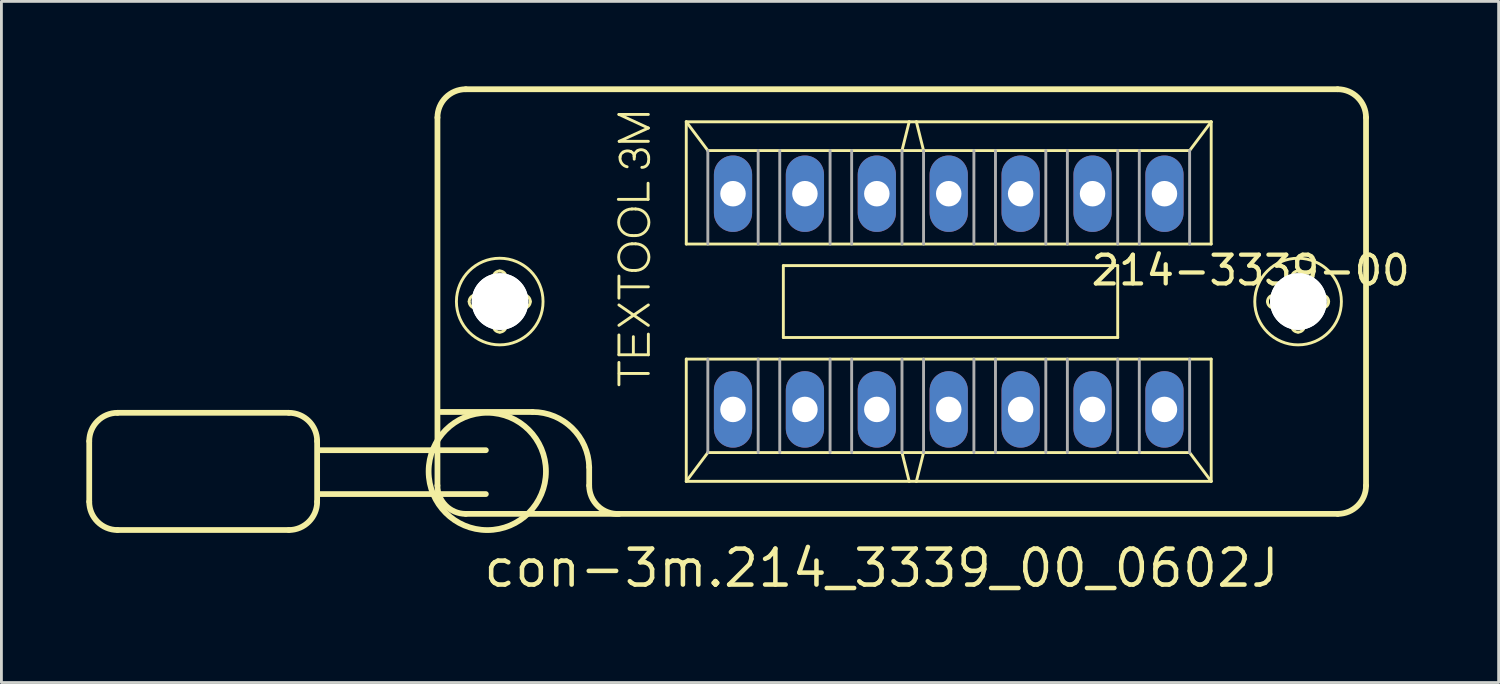
<source format=kicad_pcb>
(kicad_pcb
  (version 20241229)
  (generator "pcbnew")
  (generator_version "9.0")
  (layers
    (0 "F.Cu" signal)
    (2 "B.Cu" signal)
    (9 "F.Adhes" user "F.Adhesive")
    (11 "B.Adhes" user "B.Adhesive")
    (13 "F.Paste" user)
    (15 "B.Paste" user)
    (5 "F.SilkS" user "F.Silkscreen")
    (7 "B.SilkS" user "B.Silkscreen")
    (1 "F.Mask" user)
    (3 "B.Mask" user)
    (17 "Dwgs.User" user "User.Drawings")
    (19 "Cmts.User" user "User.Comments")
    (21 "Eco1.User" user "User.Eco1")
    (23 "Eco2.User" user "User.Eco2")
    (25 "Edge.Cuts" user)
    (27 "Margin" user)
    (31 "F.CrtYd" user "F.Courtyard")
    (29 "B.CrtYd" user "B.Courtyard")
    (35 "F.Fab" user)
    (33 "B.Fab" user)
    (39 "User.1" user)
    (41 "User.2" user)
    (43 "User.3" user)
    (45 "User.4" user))
  (footprint "con-3m.214_3339_00_0602J"
    (layer "F.Cu")
    (at 30.462 7.602)
    (property "Reference" "con-3m.214_3339_00_0602J" (at -16.51 10.16 0) (layer "F.SilkS") (effects (font (size 1.27 1.27) (thickness 0.16)) (justify left bottom)))
    (attr through_hole)
    (fp_line (start -30.36 4.93) (end -30.36 7.07) (stroke (width 0.203) (type default)) (layer "F.SilkS"))
    (fp_line (start -29.36 3.93) (end -23.31 3.93) (stroke (width 0.203) (type default)) (layer "F.SilkS"))
    (fp_line (start -23.31 8.07) (end -29.36 8.07) (stroke (width 0.203) (type default)) (layer "F.SilkS"))
    (fp_line (start -22.31 4.93) (end -22.31 7.07) (stroke (width 0.203) (type default)) (layer "F.SilkS"))
    (fp_line (start -18.06 6.5) (end -18.06 -6.5) (stroke (width 0.203) (type default)) (layer "F.SilkS"))
    (fp_line (start -17.95 3.9) (end -14.7 3.9) (stroke (width 0.203) (type default)) (layer "F.SilkS"))
    (fp_line (start -17.06 -7.5) (end 13.74 -7.5) (stroke (width 0.203) (type default)) (layer "F.SilkS"))
    (fp_line (start -16.71 -0.23) (end -16.16 -0.23) (stroke (width 0.102) (type default)) (layer "F.SilkS"))
    (fp_line (start -16.35 5.25) (end -22.26 5.25) (stroke (width 0.203) (type default)) (layer "F.SilkS"))
    (fp_line (start -16.35 6.8) (end -22.26 6.8) (stroke (width 0.203) (type default)) (layer "F.SilkS"))
    (fp_line (start -16.17 0.23) (end -16.71 0.23) (stroke (width 0.102) (type default)) (layer "F.SilkS"))
    (fp_line (start -16.09 -0.31) (end -16.09 -0.85) (stroke (width 0.102) (type default)) (layer "F.SilkS"))
    (fp_line (start -16.09 0.85) (end -16.09 0.3) (stroke (width 0.102) (type default)) (layer "F.SilkS"))
    (fp_line (start -15.63 -0.85) (end -15.63 -0.3) (stroke (width 0.102) (type default)) (layer "F.SilkS"))
    (fp_line (start -15.63 0.31) (end -15.63 0.85) (stroke (width 0.102) (type default)) (layer "F.SilkS"))
    (fp_line (start -15.55 -0.23) (end -15.01 -0.23) (stroke (width 0.102) (type default)) (layer "F.SilkS"))
    (fp_line (start -15.01 0.23) (end -15.56 0.23) (stroke (width 0.102) (type default)) (layer "F.SilkS"))
    (fp_line (start -12.7 5.85) (end -12.7 6.5) (stroke (width 0.203) (type default)) (layer "F.SilkS"))
    (fp_line (start -11.67 -3.61) (end -10.62 -3.61) (stroke (width 0.102) (type default)) (layer "F.SilkS"))
    (fp_line (start -11.65 -6.61) (end -10.61 -6.61) (stroke (width 0.102) (type default)) (layer "F.SilkS"))
    (fp_line (start -11.65 -0.12) (end -11.65 -0.9) (stroke (width 0.102) (type default)) (layer "F.SilkS"))
    (fp_line (start -11.65 0.12) (end -10.61 0.84) (stroke (width 0.102) (type default)) (layer "F.SilkS"))
    (fp_line (start -11.65 0.84) (end -10.61 0.12) (stroke (width 0.102) (type default)) (layer "F.SilkS"))
    (fp_line (start -11.65 1.18) (end -11.65 1.88) (stroke (width 0.102) (type default)) (layer "F.SilkS"))
    (fp_line (start -11.65 1.88) (end -10.61 1.88) (stroke (width 0.102) (type default)) (layer "F.SilkS"))
    (fp_line (start -11.65 2.94) (end -11.65 2.15) (stroke (width 0.102) (type default)) (layer "F.SilkS"))
    (fp_line (start -11.64 -5.66) (end -10.61 -6.13) (stroke (width 0.102) (type default)) (layer "F.SilkS"))
    (fp_line (start -11.64 2.54) (end -10.61 2.54) (stroke (width 0.102) (type default)) (layer "F.SilkS"))
    (fp_line (start -11.63 -0.52) (end -10.61 -0.52) (stroke (width 0.102) (type default)) (layer "F.SilkS"))
    (fp_line (start -11.19 -3.27) (end -11.06 -3.27) (stroke (width 0.102) (type default)) (layer "F.SilkS"))
    (fp_line (start -11.19 -2.33) (end -11.06 -2.33) (stroke (width 0.102) (type default)) (layer "F.SilkS"))
    (fp_line (start -11.19 -2.04) (end -11.06 -2.04) (stroke (width 0.102) (type default)) (layer "F.SilkS"))
    (fp_line (start -11.19 -1.1) (end -11.06 -1.1) (stroke (width 0.102) (type default)) (layer "F.SilkS"))
    (fp_line (start -11.14 1.24) (end -11.14 1.84) (stroke (width 0.102) (type default)) (layer "F.SilkS"))
    (fp_line (start -11.11 -5.03) (end -11.11 -5.12) (stroke (width 0.102) (type default)) (layer "F.SilkS"))
    (fp_line (start -10.62 -3.61) (end -10.62 -4.18) (stroke (width 0.102) (type default)) (layer "F.SilkS"))
    (fp_line (start -10.61 -6.13) (end -11.65 -6.61) (stroke (width 0.102) (type default)) (layer "F.SilkS"))
    (fp_line (start -10.61 -5.66) (end -11.64 -5.66) (stroke (width 0.102) (type default)) (layer "F.SilkS"))
    (fp_line (start -10.61 1.88) (end -10.61 1.15) (stroke (width 0.102) (type default)) (layer "F.SilkS"))
    (fp_line (start -9.271 -6.35) (end -1.397 -6.35) (stroke (width 0.102) (type default)) (layer "F.SilkS"))
    (fp_line (start -9.271 -2.032) (end -9.271 -6.35) (stroke (width 0.102) (type default)) (layer "F.SilkS"))
    (fp_line (start -9.271 2.032) (end 9.271 2.032) (stroke (width 0.102) (type default)) (layer "F.SilkS"))
    (fp_line (start -9.271 6.35) (end -9.271 2.032) (stroke (width 0.102) (type default)) (layer "F.SilkS"))
    (fp_line (start -9.271 6.35) (end -8.509 5.334) (stroke (width 0.102) (type default)) (layer "F.SilkS"))
    (fp_line (start -8.509 -5.334) (end -9.271 -6.35) (stroke (width 0.102) (type default)) (layer "F.SilkS"))
    (fp_line (start -8.509 5.334) (end -1.651 5.334) (stroke (width 0.102) (type default)) (layer "F.SilkS"))
    (fp_line (start -5.842 -1.27) (end 5.969 -1.27) (stroke (width 0.102) (type default)) (layer "F.SilkS"))
    (fp_line (start -5.842 1.27) (end -5.842 -1.27) (stroke (width 0.102) (type default)) (layer "F.SilkS"))
    (fp_line (start -1.651 -5.334) (end -8.509 -5.334) (stroke (width 0.102) (type default)) (layer "F.SilkS"))
    (fp_line (start -1.651 -5.334) (end -1.397 -6.35) (stroke (width 0.102) (type default)) (layer "F.SilkS"))
    (fp_line (start -1.651 5.334) (end -1.397 6.35) (stroke (width 0.102) (type default)) (layer "F.SilkS"))
    (fp_line (start -1.651 5.334) (end -0.889 5.334) (stroke (width 0.102) (type default)) (layer "F.SilkS"))
    (fp_line (start -1.397 -6.35) (end -1.143 -6.35) (stroke (width 0.102) (type default)) (layer "F.SilkS"))
    (fp_line (start -1.397 6.35) (end -9.271 6.35) (stroke (width 0.102) (type default)) (layer "F.SilkS"))
    (fp_line (start -1.143 -6.35) (end 9.271 -6.35) (stroke (width 0.102) (type default)) (layer "F.SilkS"))
    (fp_line (start -1.143 6.35) (end -1.397 6.35) (stroke (width 0.102) (type default)) (layer "F.SilkS"))
    (fp_line (start -0.889 -5.334) (end -1.651 -5.334) (stroke (width 0.102) (type default)) (layer "F.SilkS"))
    (fp_line (start -0.889 -5.334) (end -1.143 -6.35) (stroke (width 0.102) (type default)) (layer "F.SilkS"))
    (fp_line (start -0.889 5.334) (end -1.143 6.35) (stroke (width 0.102) (type default)) (layer "F.SilkS"))
    (fp_line (start -0.889 5.334) (end 8.509 5.334) (stroke (width 0.102) (type default)) (layer "F.SilkS"))
    (fp_line (start 5.969 -1.27) (end 5.969 1.27) (stroke (width 0.102) (type default)) (layer "F.SilkS"))
    (fp_line (start 5.969 1.27) (end -5.842 1.27) (stroke (width 0.102) (type default)) (layer "F.SilkS"))
    (fp_line (start 8.509 -5.334) (end -0.889 -5.334) (stroke (width 0.102) (type default)) (layer "F.SilkS"))
    (fp_line (start 8.509 5.334) (end 9.271 6.35) (stroke (width 0.102) (type default)) (layer "F.SilkS"))
    (fp_line (start 9.271 -6.35) (end 8.509 -5.334) (stroke (width 0.102) (type default)) (layer "F.SilkS"))
    (fp_line (start 9.271 -6.35) (end 9.271 -2.032) (stroke (width 0.102) (type default)) (layer "F.SilkS"))
    (fp_line (start 9.271 -2.032) (end -9.271 -2.032) (stroke (width 0.102) (type default)) (layer "F.SilkS"))
    (fp_line (start 9.271 2.032) (end 9.271 6.35) (stroke (width 0.102) (type default)) (layer "F.SilkS"))
    (fp_line (start 9.271 6.35) (end -1.143 6.35) (stroke (width 0.102) (type default)) (layer "F.SilkS"))
    (fp_line (start 11.49 -0.23) (end 12.04 -0.23) (stroke (width 0.102) (type default)) (layer "F.SilkS"))
    (fp_line (start 12.03 0.23) (end 11.49 0.23) (stroke (width 0.102) (type default)) (layer "F.SilkS"))
    (fp_line (start 12.11 -0.31) (end 12.11 -0.85) (stroke (width 0.102) (type default)) (layer "F.SilkS"))
    (fp_line (start 12.11 0.85) (end 12.11 0.3) (stroke (width 0.102) (type default)) (layer "F.SilkS"))
    (fp_line (start 12.57 -0.85) (end 12.57 -0.3) (stroke (width 0.102) (type default)) (layer "F.SilkS"))
    (fp_line (start 12.57 0.31) (end 12.57 0.85) (stroke (width 0.102) (type default)) (layer "F.SilkS"))
    (fp_line (start 12.65 -0.23) (end 13.19 -0.23) (stroke (width 0.102) (type default)) (layer "F.SilkS"))
    (fp_line (start 13.19 0.23) (end 12.64 0.23) (stroke (width 0.102) (type default)) (layer "F.SilkS"))
    (fp_line (start 13.74 7.5) (end -17.06 7.5) (stroke (width 0.203) (type default)) (layer "F.SilkS"))
    (fp_line (start 14.74 -6.5) (end 14.74 6.5) (stroke (width 0.203) (type default)) (layer "F.SilkS"))
    (fp_arc (start -30.36 4.93) (mid -30.067107 4.222893) (end -29.36 3.93) (stroke (width 0.2032) (type default)) (layer "F.SilkS"))
    (fp_arc (start -29.36 8.07) (mid -30.067107 7.777107) (end -30.36 7.07) (stroke (width 0.2032) (type default)) (layer "F.SilkS"))
    (fp_arc (start -23.31 3.93) (mid -22.602893 4.222893) (end -22.31 4.93) (stroke (width 0.2032) (type default)) (layer "F.SilkS"))
    (fp_arc (start -22.31 7.07) (mid -22.602893 7.777107) (end -23.31 8.07) (stroke (width 0.2032) (type default)) (layer "F.SilkS"))
    (fp_arc (start -18.06 -6.5) (mid -17.767107 -7.207107) (end -17.06 -7.5) (stroke (width 0.2032) (type default)) (layer "F.SilkS"))
    (fp_arc (start -17.06 7.5) (mid -17.767107 7.207107) (end -18.06 6.5) (stroke (width 0.2032) (type default)) (layer "F.SilkS"))
    (fp_arc (start -16.94 0) (mid -16.872635 -0.162635) (end -16.71 -0.23) (stroke (width 0.1016) (type default)) (layer "F.SilkS"))
    (fp_arc (start -16.71 0.23) (mid -16.872635 0.162635) (end -16.94 0) (stroke (width 0.1016) (type default)) (layer "F.SilkS"))
    (fp_arc (start -16.17 0.23) (mid -16.120503 0.250503) (end -16.1 0.3) (stroke (width 0.1016) (type default)) (layer "F.SilkS"))
    (fp_arc (start -16.09 -0.85) (mid -16.022635 -1.012635) (end -15.86 -1.08) (stroke (width 0.1016) (type default)) (layer "F.SilkS"))
    (fp_arc (start -16.09 -0.3) (mid -16.110503 -0.250503) (end -16.16 -0.23) (stroke (width 0.1016) (type default)) (layer "F.SilkS"))
    (fp_arc (start -15.86 -1.08) (mid -15.697365 -1.012635) (end -15.63 -0.85) (stroke (width 0.1016) (type default)) (layer "F.SilkS"))
    (fp_arc (start -15.86 1.08) (mid -16.022635 1.012635) (end -16.09 0.85) (stroke (width 0.1016) (type default)) (layer "F.SilkS"))
    (fp_arc (start -15.63 0.3) (mid -15.609497 0.250503) (end -15.56 0.23) (stroke (width 0.1016) (type default)) (layer "F.SilkS"))
    (fp_arc (start -15.63 0.85) (mid -15.697365 1.012635) (end -15.86 1.08) (stroke (width 0.1016) (type default)) (layer "F.SilkS"))
    (fp_arc (start -15.56 -0.23) (mid -15.609497 -0.250503) (end -15.63 -0.3) (stroke (width 0.1016) (type default)) (layer "F.SilkS"))
    (fp_arc (start -15.01 -0.23) (mid -14.847365 -0.162635) (end -14.78 0) (stroke (width 0.1016) (type default)) (layer "F.SilkS"))
    (fp_arc (start -14.78 0) (mid -14.847365 0.162635) (end -15.01 0.23) (stroke (width 0.1016) (type default)) (layer "F.SilkS"))
    (fp_arc (start -14.7 3.9) (mid -13.303341 4.46817) (end -12.7 5.85) (stroke (width 0.2032) (type default)) (layer "F.SilkS"))
    (fp_arc (start -11.65 7.5) (mid -12.389286 7.225) (end -12.7 6.5) (stroke (width 0.2032) (type default)) (layer "F.SilkS"))
    (fp_arc (start -11.61 -5.11) (mid -11.574621 -5.207696) (end -11.5 -5.28) (stroke (width 0.1016) (type default)) (layer "F.SilkS"))
    (fp_arc (start -11.5 -5.28) (mid -11.367387 -5.322221) (end -11.23 -5.3) (stroke (width 0.1016) (type default)) (layer "F.SilkS"))
    (fp_arc (start -11.36 -4.76) (mid -11.55297 -4.88645) (end -11.61 -5.11) (stroke (width 0.1016) (type default)) (layer "F.SilkS"))
    (fp_arc (start -11.23 -5.3) (mid -11.14275 -5.228167) (end -11.11 -5.12) (stroke (width 0.1016) (type default)) (layer "F.SilkS"))
    (fp_arc (start -11.19 -2.33) (mid -11.66 -2.8) (end -11.19 -3.27) (stroke (width 0.1016) (type default)) (layer "F.SilkS"))
    (fp_arc (start -11.19 -1.1) (mid -11.66 -1.57) (end -11.19 -2.04) (stroke (width 0.1016) (type default)) (layer "F.SilkS"))
    (fp_arc (start -11.11 -5.12) (mid -11.077891 -5.240938) (end -10.99 -5.33) (stroke (width 0.1016) (type default)) (layer "F.SilkS"))
    (fp_arc (start -11.06 -3.27) (mid -10.59 -2.8) (end -11.06 -2.33) (stroke (width 0.1016) (type default)) (layer "F.SilkS"))
    (fp_arc (start -11.06 -2.04) (mid -10.59 -1.57) (end -11.06 -1.1) (stroke (width 0.1016) (type default)) (layer "F.SilkS"))
    (fp_arc (start -10.99 -5.33) (mid -10.846887 -5.363577) (end -10.71 -5.31) (stroke (width 0.1016) (type default)) (layer "F.SilkS"))
    (fp_arc (start -10.71 -5.31) (mid -10.635084 -5.220954) (end -10.6 -5.11) (stroke (width 0.1016) (type default)) (layer "F.SilkS"))
    (fp_arc (start -10.61 -4.92) (mid -10.69256 -4.788549) (end -10.84 -4.74) (stroke (width 0.1016) (type default)) (layer "F.SilkS"))
    (fp_arc (start -10.6 -5.11) (mid -10.597277 -5.014594) (end -10.61 -4.92) (stroke (width 0.1016) (type default)) (layer "F.SilkS"))
    (fp_arc (start 11.26 0) (mid 11.327365 -0.162635) (end 11.49 -0.23) (stroke (width 0.1016) (type default)) (layer "F.SilkS"))
    (fp_arc (start 11.49 0.23) (mid 11.327365 0.162635) (end 11.26 0) (stroke (width 0.1016) (type default)) (layer "F.SilkS"))
    (fp_arc (start 12.03 0.23) (mid 12.079497 0.250503) (end 12.1 0.3) (stroke (width 0.1016) (type default)) (layer "F.SilkS"))
    (fp_arc (start 12.11 -0.85) (mid 12.177365 -1.012635) (end 12.34 -1.08) (stroke (width 0.1016) (type default)) (layer "F.SilkS"))
    (fp_arc (start 12.11 -0.3) (mid 12.089497 -0.250503) (end 12.04 -0.23) (stroke (width 0.1016) (type default)) (layer "F.SilkS"))
    (fp_arc (start 12.34 -1.08) (mid 12.502635 -1.012635) (end 12.57 -0.85) (stroke (width 0.1016) (type default)) (layer "F.SilkS"))
    (fp_arc (start 12.34 1.08) (mid 12.177365 1.012635) (end 12.11 0.85) (stroke (width 0.1016) (type default)) (layer "F.SilkS"))
    (fp_arc (start 12.57 0.3) (mid 12.590503 0.250503) (end 12.64 0.23) (stroke (width 0.1016) (type default)) (layer "F.SilkS"))
    (fp_arc (start 12.57 0.85) (mid 12.502635 1.012635) (end 12.34 1.08) (stroke (width 0.1016) (type default)) (layer "F.SilkS"))
    (fp_arc (start 12.64 -0.23) (mid 12.590503 -0.250503) (end 12.57 -0.3) (stroke (width 0.1016) (type default)) (layer "F.SilkS"))
    (fp_arc (start 13.19 -0.23) (mid 13.352635 -0.162635) (end 13.42 0) (stroke (width 0.1016) (type default)) (layer "F.SilkS"))
    (fp_arc (start 13.42 0) (mid 13.352635 0.162635) (end 13.19 0.23) (stroke (width 0.1016) (type default)) (layer "F.SilkS"))
    (fp_arc (start 13.74 -7.5) (mid 14.447107 -7.207107) (end 14.74 -6.5) (stroke (width 0.2032) (type default)) (layer "F.SilkS"))
    (fp_arc (start 14.74 6.5) (mid 14.447107 7.207107) (end 13.74 7.5) (stroke (width 0.2032) (type default)) (layer "F.SilkS"))
    (fp_circle (center -16.3 6) (end -14.228 6) (stroke (width 0.203) (type default)) (fill no) (layer "F.SilkS"))
    (fp_circle (center -15.86 0) (end -14.33 0) (stroke (width 0.102) (type default)) (fill no) (layer "F.SilkS"))
    (fp_circle (center 12.34 0) (end 13.87 0) (stroke (width 0.102) (type default)) (fill no) (layer "F.SilkS"))
    (fp_line (start -8.509 -5.334) (end -8.509 -2.032) (stroke (width 0.102) (type default)) (layer "F.Fab"))
    (fp_line (start -8.509 2.032) (end -8.509 5.334) (stroke (width 0.102) (type default)) (layer "F.Fab"))
    (fp_line (start -6.731 -2.032) (end -6.731 -5.334) (stroke (width 0.102) (type default)) (layer "F.Fab"))
    (fp_line (start -6.731 2.032) (end -6.731 5.334) (stroke (width 0.102) (type default)) (layer "F.Fab"))
    (fp_line (start -5.969 -2.032) (end -5.969 -5.334) (stroke (width 0.102) (type default)) (layer "F.Fab"))
    (fp_line (start -5.969 2.032) (end -5.969 5.334) (stroke (width 0.102) (type default)) (layer "F.Fab"))
    (fp_line (start -4.191 -2.032) (end -4.191 -5.334) (stroke (width 0.102) (type default)) (layer "F.Fab"))
    (fp_line (start -4.191 2.032) (end -4.191 5.334) (stroke (width 0.102) (type default)) (layer "F.Fab"))
    (fp_line (start -3.429 -2.032) (end -3.429 -5.334) (stroke (width 0.102) (type default)) (layer "F.Fab"))
    (fp_line (start -3.429 2.032) (end -3.429 5.334) (stroke (width 0.102) (type default)) (layer "F.Fab"))
    (fp_line (start -1.651 -2.032) (end -1.651 -5.334) (stroke (width 0.102) (type default)) (layer "F.Fab"))
    (fp_line (start -1.651 2.032) (end -1.651 5.334) (stroke (width 0.102) (type default)) (layer "F.Fab"))
    (fp_line (start -0.889 -2.032) (end -0.889 -5.334) (stroke (width 0.102) (type default)) (layer "F.Fab"))
    (fp_line (start -0.889 2.032) (end -0.889 5.334) (stroke (width 0.102) (type default)) (layer "F.Fab"))
    (fp_line (start 0.889 -2.032) (end 0.889 -5.334) (stroke (width 0.102) (type default)) (layer "F.Fab"))
    (fp_line (start 0.889 2.032) (end 0.889 5.334) (stroke (width 0.102) (type default)) (layer "F.Fab"))
    (fp_line (start 1.651 -2.032) (end 1.651 -5.334) (stroke (width 0.102) (type default)) (layer "F.Fab"))
    (fp_line (start 1.651 2.032) (end 1.651 5.334) (stroke (width 0.102) (type default)) (layer "F.Fab"))
    (fp_line (start 3.429 -2.032) (end 3.429 -5.334) (stroke (width 0.102) (type default)) (layer "F.Fab"))
    (fp_line (start 3.429 2.032) (end 3.429 5.334) (stroke (width 0.102) (type default)) (layer "F.Fab"))
    (fp_line (start 4.191 -2.032) (end 4.191 -5.334) (stroke (width 0.102) (type default)) (layer "F.Fab"))
    (fp_line (start 4.191 2.032) (end 4.191 5.334) (stroke (width 0.102) (type default)) (layer "F.Fab"))
    (fp_line (start 5.969 -2.032) (end 5.969 -5.334) (stroke (width 0.102) (type default)) (layer "F.Fab"))
    (fp_line (start 5.969 2.032) (end 5.969 5.334) (stroke (width 0.102) (type default)) (layer "F.Fab"))
    (fp_line (start 6.731 -2.032) (end 6.731 -5.334) (stroke (width 0.102) (type default)) (layer "F.Fab"))
    (fp_line (start 6.731 2.032) (end 6.731 5.334) (stroke (width 0.102) (type default)) (layer "F.Fab"))
    (fp_line (start 8.509 -2.032) (end 8.509 -5.334) (stroke (width 0.102) (type default)) (layer "F.Fab"))
    (fp_line (start 8.509 5.334) (end 8.509 2.032) (stroke (width 0.102) (type default)) (layer "F.Fab"))
    (fp_text user "214-3339-00" (at 4.953 -0.508 180) (layer "F.SilkS") (effects (font (size 1.016 1.016) (thickness 0.15)) (justify left bottom)))
    (pad "" np_thru_hole circle (at -15.85 0) (size 2 2) (drill 2) (layers "*.Cu" "*.Mask"))
    (pad "" np_thru_hole circle (at -15.85 0) (size 2 2) (drill 2) (layers "*.Cu" "*.Mask"))
    (pad "" np_thru_hole circle (at 12.35 0) (size 2 2) (drill 2) (layers "*.Cu" "*.Mask"))
    (pad "" np_thru_hole circle (at 12.35 0) (size 2 2) (drill 2) (layers "*.Cu" "*.Mask"))
    (pad "1" thru_hole oval (at -7.62 3.81 90) (size 2.7 1.35) (drill 0.9) (layers "*.Cu" "*.Mask"))
    (pad "2" thru_hole oval (at -5.08 3.81 90) (size 2.7 1.35) (drill 0.9) (layers "*.Cu" "*.Mask"))
    (pad "3" thru_hole oval (at -2.54 3.81 90) (size 2.7 1.35) (drill 0.9) (layers "*.Cu" "*.Mask"))
    (pad "4" thru_hole oval (at 0 3.81 90) (size 2.7 1.35) (drill 0.9) (layers "*.Cu" "*.Mask"))
    (pad "5" thru_hole oval (at 2.54 3.81 90) (size 2.7 1.35) (drill 0.9) (layers "*.Cu" "*.Mask"))
    (pad "6" thru_hole oval (at 5.08 3.81 90) (size 2.7 1.35) (drill 0.9) (layers "*.Cu" "*.Mask"))
    (pad "7" thru_hole oval (at 7.62 3.81 90) (size 2.7 1.35) (drill 0.9) (layers "*.Cu" "*.Mask"))
    (pad "8" thru_hole oval (at 7.62 -3.81 90) (size 2.7 1.35) (drill 0.9) (layers "*.Cu" "*.Mask"))
    (pad "9" thru_hole oval (at 5.08 -3.81 90) (size 2.7 1.35) (drill 0.9) (layers "*.Cu" "*.Mask"))
    (pad "10" thru_hole oval (at 2.54 -3.81 90) (size 2.7 1.35) (drill 0.9) (layers "*.Cu" "*.Mask"))
    (pad "11" thru_hole oval (at 0 -3.81 90) (size 2.7 1.35) (drill 0.9) (layers "*.Cu" "*.Mask"))
    (pad "12" thru_hole oval (at -2.54 -3.81 90) (size 2.7 1.35) (drill 0.9) (layers "*.Cu" "*.Mask"))
    (pad "13" thru_hole oval (at -5.08 -3.81 90) (size 2.7 1.35) (drill 0.9) (layers "*.Cu" "*.Mask"))
    (pad "14" thru_hole oval (at -7.62 -3.81 90) (size 2.7 1.35) (drill 0.9) (layers "*.Cu" "*.Mask")))
  (gr_rect
    (start -3 -3)
    (end 49.886 21.059)
    (stroke (width 0.1) (type default))
    (fill no)
    (layer "Edge.Cuts")))
</source>
